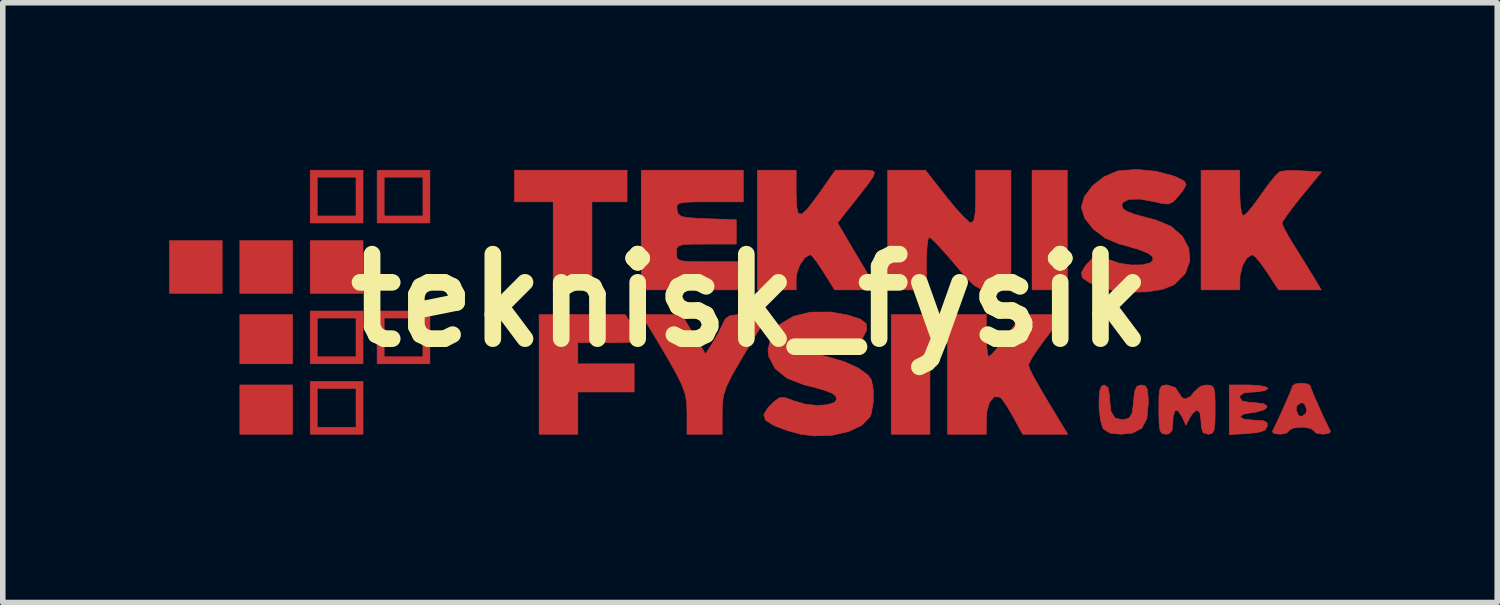
<source format=kicad_pcb>
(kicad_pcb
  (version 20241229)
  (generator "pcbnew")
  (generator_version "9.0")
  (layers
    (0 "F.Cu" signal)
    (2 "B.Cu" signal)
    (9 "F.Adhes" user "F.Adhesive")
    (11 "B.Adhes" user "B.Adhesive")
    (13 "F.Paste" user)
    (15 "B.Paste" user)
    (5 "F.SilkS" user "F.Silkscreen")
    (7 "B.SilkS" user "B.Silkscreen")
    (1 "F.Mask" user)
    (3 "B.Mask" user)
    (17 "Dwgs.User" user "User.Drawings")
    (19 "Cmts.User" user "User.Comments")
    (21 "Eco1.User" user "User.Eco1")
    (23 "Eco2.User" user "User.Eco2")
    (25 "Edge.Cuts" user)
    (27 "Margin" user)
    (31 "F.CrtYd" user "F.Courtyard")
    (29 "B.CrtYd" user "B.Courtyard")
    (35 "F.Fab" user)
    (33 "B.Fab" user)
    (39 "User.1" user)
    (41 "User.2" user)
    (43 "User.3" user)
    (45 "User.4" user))
  (footprint "teknisk_fysik"
    (layer "F.Cu")
    (at 10.482 2.368)
    (property "Reference" "teknisk_fysik" (at 0 0 0) (layer "F.SilkS") (effects (font (size 1.524 1.524) (thickness 0.3))))
    (attr through_hole)
    (fp_poly (pts (xy -9.525 -0.127) (xy -10.477 -0.127) (xy -10.477 -1.079) (xy -9.525 -1.079) (xy -9.525 -0.127)) (stroke (width 0.01) (type solid)) (fill yes) (layer "F.Cu"))
    (fp_poly (pts (xy -8.255 -0.127) (xy -9.207 -0.127) (xy -9.207 -1.079) (xy -8.255 -1.079) (xy -8.255 -0.127)) (stroke (width 0.01) (type solid)) (fill yes) (layer "F.Cu"))
    (fp_poly (pts (xy -8.255 1.143) (xy -9.207 1.143) (xy -9.207 0.254) (xy -8.255 0.254) (xy -8.255 1.143)) (stroke (width 0.01) (type solid)) (fill yes) (layer "F.Cu"))
    (fp_poly (pts (xy -8.255 2.413) (xy -9.207 2.413) (xy -9.207 1.524) (xy -8.255 1.524) (xy -8.255 2.413)) (stroke (width 0.01) (type solid)) (fill yes) (layer "F.Cu"))
    (fp_poly (pts (xy -6.985 -0.127) (xy -7.938 -0.127) (xy -7.938 -1.079) (xy -6.985 -1.079) (xy -6.985 -0.127)) (stroke (width 0.01) (type solid)) (fill yes) (layer "F.Cu"))
    (fp_poly (pts (xy 3.239 2.413) (xy 2.54 2.413) (xy 2.54 0.254) (xy 3.239 0.254) (xy 3.239 2.413)) (stroke (width 0.01) (type solid)) (fill yes) (layer "F.Cu"))
    (fp_poly (pts (xy 5.715 -0.191) (xy 5.08 -0.191) (xy 5.08 -2.349) (xy 5.715 -2.349) (xy 5.715 -0.191)) (stroke (width 0.01) (type solid)) (fill yes) (layer "F.Cu"))
    (fp_poly (pts (xy -2.223 -1.778) (xy -2.857 -1.778) (xy -2.857 -0.191) (xy -3.556 -0.191) (xy -3.556 -1.778) (xy -4.255 -1.778) (xy -4.255 -2.349) (xy -2.223 -2.349) (xy -2.223 -1.778)) (stroke (width 0.01) (type solid)) (fill yes) (layer "F.Cu"))
    (fp_poly (pts (xy -6.985 -1.397) (xy -7.938 -1.397) (xy -7.938 -2.223) (xy -7.811 -2.223) (xy -7.811 -1.524) (xy -7.112 -1.524) (xy -7.112 -2.223) (xy -7.811 -2.223) (xy -7.938 -2.223) (xy -7.938 -2.349) (xy -6.985 -2.349) (xy -6.985 -1.397)) (stroke (width 0.01) (type solid)) (fill yes) (layer "F.Cu"))
    (fp_poly (pts (xy -6.985 1.143) (xy -7.938 1.143) (xy -7.938 0.318) (xy -7.811 0.318) (xy -7.811 1.016) (xy -7.112 1.016) (xy -7.112 0.318) (xy -7.811 0.318) (xy -7.938 0.318) (xy -7.938 0.191) (xy -6.985 0.191) (xy -6.985 1.143)) (stroke (width 0.01) (type solid)) (fill yes) (layer "F.Cu"))
    (fp_poly (pts (xy -6.985 2.413) (xy -7.938 2.413) (xy -7.938 1.587) (xy -7.811 1.587) (xy -7.811 2.286) (xy -7.112 2.286) (xy -7.112 1.587) (xy -7.811 1.587) (xy -7.938 1.587) (xy -7.938 1.46) (xy -6.985 1.46) (xy -6.985 2.413)) (stroke (width 0.01) (type solid)) (fill yes) (layer "F.Cu"))
    (fp_poly (pts (xy -5.779 -1.397) (xy -6.731 -1.397) (xy -6.731 -2.223) (xy -6.604 -2.223) (xy -6.604 -1.524) (xy -5.905 -1.524) (xy -5.905 -2.223) (xy -6.604 -2.223) (xy -6.731 -2.223) (xy -6.731 -2.349) (xy -5.779 -2.349) (xy -5.779 -1.397)) (stroke (width 0.01) (type solid)) (fill yes) (layer "F.Cu"))
    (fp_poly (pts (xy -5.779 1.143) (xy -6.731 1.143) (xy -6.731 0.318) (xy -6.604 0.318) (xy -6.604 1.016) (xy -5.905 1.016) (xy -5.905 0.318) (xy -6.604 0.318) (xy -6.731 0.318) (xy -6.731 0.191) (xy -5.779 0.191) (xy -5.779 1.143)) (stroke (width 0.01) (type solid)) (fill yes) (layer "F.Cu"))
    (fp_poly (pts (xy -2.254 0.256) (xy -2.111 0.476) (xy -2.022 0.621) (xy -1.972 0.716) (xy -1.968 0.729) (xy -2.027 0.744) (xy -2.185 0.755) (xy -2.412 0.761) (xy -2.54 0.762) (xy -3.111 0.762) (xy -3.111 1.143) (xy -2.095 1.143) (xy -2.095 1.651) (xy -3.111 1.651) (xy -3.111 2.413) (xy -3.81 2.413) (xy -3.81 0.254) (xy -2.254 0.256)) (stroke (width 0.01) (type solid)) (fill yes) (layer "F.Cu"))
    (fp_poly (pts (xy 3.531 -1.873) (xy 3.7 -1.667) (xy 3.848 -1.506) (xy 3.952 -1.412) (xy 3.984 -1.397) (xy 4.029 -1.441) (xy 4.055 -1.581) (xy 4.064 -1.831) (xy 4.064 -1.873) (xy 4.064 -2.349) (xy 4.699 -2.349) (xy 4.699 -0.191) (xy 4.387 -0.191) (xy 4.242 -0.194) (xy 4.132 -0.216) (xy 4.033 -0.274) (xy 3.916 -0.386) (xy 3.755 -0.572) (xy 3.675 -0.667) (xy 3.499 -0.87) (xy 3.352 -1.029) (xy 3.253 -1.125) (xy 3.225 -1.143) (xy 3.201 -1.085) (xy 3.183 -0.93) (xy 3.175 -0.711) (xy 3.175 -0.667) (xy 3.175 -0.191) (xy 2.477 -0.191) (xy 2.477 -2.349) (xy 3.157 -2.349) (xy 3.531 -1.873)) (stroke (width 0.01) (type solid)) (fill yes) (layer "F.Cu"))
    (fp_poly (pts (xy 9.177 1.534) (xy 9.303 1.561) (xy 9.335 1.587) (xy 9.278 1.627) (xy 9.137 1.649) (xy 9.081 1.651) (xy 8.904 1.667) (xy 8.831 1.719) (xy 8.826 1.746) (xy 8.868 1.812) (xy 9.004 1.839) (xy 9.086 1.841) (xy 9.261 1.863) (xy 9.323 1.913) (xy 9.273 1.97) (xy 9.117 2.014) (xy 9.06 2.02) (xy 8.886 2.052) (xy 8.833 2.098) (xy 8.895 2.14) (xy 9.072 2.159) (xy 9.085 2.159) (xy 9.251 2.169) (xy 9.32 2.207) (xy 9.323 2.27) (xy 9.278 2.341) (xy 9.16 2.381) (xy 8.969 2.4) (xy 8.636 2.42) (xy 8.636 1.524) (xy 8.985 1.524) (xy 9.177 1.534)) (stroke (width 0.01) (type solid)) (fill yes) (layer "F.Cu"))
    (fp_poly (pts (xy -0.127 -1.778) (xy -0.735 -1.778) (xy -1.015 -1.777) (xy -1.192 -1.769) (xy -1.287 -1.75) (xy -1.323 -1.713) (xy -1.324 -1.653) (xy -1.322 -1.635) (xy -1.303 -1.565) (xy -1.252 -1.52) (xy -1.144 -1.495) (xy -0.951 -1.481) (xy -0.778 -1.474) (xy -0.254 -1.455) (xy -0.254 -1.016) (xy -0.794 -1.016) (xy -1.055 -1.015) (xy -1.215 -1.005) (xy -1.297 -0.981) (xy -1.329 -0.934) (xy -1.333 -0.857) (xy -1.329 -0.784) (xy -1.301 -0.737) (xy -1.224 -0.712) (xy -1.076 -0.701) (xy -0.832 -0.699) (xy -0.73 -0.699) (xy -0.127 -0.699) (xy -0.127 -0.191) (xy -1.968 -0.191) (xy -1.968 -2.349) (xy -0.127 -2.349) (xy -0.127 -1.778)) (stroke (width 0.01) (type solid)) (fill yes) (layer "F.Cu"))
    (fp_poly (pts (xy 7.124 1.541) (xy 7.162 1.611) (xy 7.175 1.764) (xy 7.176 1.863) (xy 7.149 2.135) (xy 7.059 2.306) (xy 6.89 2.393) (xy 6.681 2.413) (xy 6.484 2.393) (xy 6.375 2.325) (xy 6.352 2.29) (xy 6.314 2.156) (xy 6.29 1.954) (xy 6.287 1.846) (xy 6.296 1.645) (xy 6.331 1.546) (xy 6.382 1.524) (xy 6.45 1.569) (xy 6.477 1.717) (xy 6.478 1.762) (xy 6.501 1.995) (xy 6.575 2.12) (xy 6.708 2.152) (xy 6.738 2.149) (xy 6.832 2.119) (xy 6.882 2.041) (xy 6.905 1.88) (xy 6.909 1.826) (xy 6.93 1.639) (xy 6.971 1.549) (xy 7.046 1.524) (xy 7.052 1.524) (xy 7.124 1.541)) (stroke (width 0.01) (type solid)) (fill yes) (layer "F.Cu"))
    (fp_poly (pts (xy 4.255 0.635) (xy 4.262 0.836) (xy 4.28 0.973) (xy 4.302 1.014) (xy 4.36 0.965) (xy 4.468 0.839) (xy 4.606 0.66) (xy 4.625 0.633) (xy 4.9 0.254) (xy 5.655 0.254) (xy 5.336 0.671) (xy 5.188 0.872) (xy 5.077 1.04) (xy 5.02 1.147) (xy 5.017 1.163) (xy 5.036 1.23) (xy 5.099 1.359) (xy 5.212 1.56) (xy 5.381 1.847) (xy 5.599 2.207) (xy 5.725 2.413) (xy 4.91 2.413) (xy 4.738 2.097) (xy 4.633 1.917) (xy 4.543 1.786) (xy 4.503 1.743) (xy 4.4 1.737) (xy 4.315 1.833) (xy 4.263 2.008) (xy 4.255 2.135) (xy 4.255 2.413) (xy 3.556 2.413) (xy 3.556 0.254) (xy 4.255 0.254) (xy 4.255 0.635)) (stroke (width 0.01) (type solid)) (fill yes) (layer "F.Cu"))
    (fp_poly (pts (xy -1.611 0.256) (xy -1.238 0.258) (xy -1.024 0.611) (xy -0.81 0.964) (xy -0.692 0.784) (xy -0.583 0.598) (xy -0.502 0.429) (xy -0.451 0.331) (xy -0.379 0.279) (xy -0.25 0.258) (xy -0.048 0.254) (xy 0.332 0.254) (xy 0.231 0.408) (xy 0.155 0.529) (xy 0.035 0.727) (xy -0.109 0.968) (xy -0.189 1.102) (xy -0.339 1.364) (xy -0.433 1.556) (xy -0.484 1.716) (xy -0.505 1.88) (xy -0.508 2.028) (xy -0.508 2.413) (xy -1.143 2.413) (xy -1.143 2.031) (xy -1.149 1.842) (xy -1.177 1.681) (xy -1.238 1.514) (xy -1.346 1.303) (xy -1.463 1.095) (xy -1.611 0.842) (xy -1.745 0.617) (xy -1.847 0.452) (xy -1.884 0.397) (xy -1.984 0.254) (xy -1.611 0.256)) (stroke (width 0.01) (type solid)) (fill yes) (layer "F.Cu"))
    (fp_poly (pts (xy 2.199 -2.342) (xy 2.24 -2.306) (xy 2.212 -2.227) (xy 2.114 -2.087) (xy 1.944 -1.869) (xy 1.85 -1.751) (xy 1.573 -1.398) (xy 1.845 -0.937) (xy 1.983 -0.704) (xy 2.107 -0.498) (xy 2.195 -0.355) (xy 2.209 -0.333) (xy 2.254 -0.255) (xy 2.247 -0.212) (xy 2.164 -0.194) (xy 1.984 -0.191) (xy 1.91 -0.191) (xy 1.519 -0.191) (xy 1.321 -0.508) (xy 1.209 -0.678) (xy 1.119 -0.793) (xy 1.08 -0.826) (xy 0.981 -0.77) (xy 0.89 -0.636) (xy 0.833 -0.467) (xy 0.826 -0.392) (xy 0.826 -0.191) (xy 0.127 -0.191) (xy 0.127 -2.349) (xy 0.826 -2.349) (xy 0.826 -1.931) (xy 0.833 -1.7) (xy 0.862 -1.574) (xy 0.923 -1.556) (xy 1.025 -1.645) (xy 1.177 -1.843) (xy 1.259 -1.957) (xy 1.533 -2.349) (xy 1.917 -2.35) (xy 2.09 -2.35) (xy 2.199 -2.342)) (stroke (width 0.01) (type solid)) (fill yes) (layer "F.Cu"))
    (fp_poly (pts (xy 8.826 -1.937) (xy 8.835 -1.727) (xy 8.858 -1.578) (xy 8.888 -1.524) (xy 8.951 -1.573) (xy 9.06 -1.702) (xy 9.194 -1.885) (xy 9.21 -1.909) (xy 9.349 -2.102) (xy 9.47 -2.25) (xy 9.549 -2.323) (xy 9.553 -2.325) (xy 9.661 -2.34) (xy 9.844 -2.342) (xy 9.968 -2.337) (xy 10.301 -2.318) (xy 9.945 -1.884) (xy 9.785 -1.684) (xy 9.663 -1.518) (xy 9.596 -1.413) (xy 9.588 -1.393) (xy 9.62 -1.313) (xy 9.702 -1.162) (xy 9.799 -1.001) (xy 9.942 -0.773) (xy 10.081 -0.547) (xy 10.154 -0.429) (xy 10.297 -0.191) (xy 9.526 -0.191) (xy 9.319 -0.507) (xy 9.2 -0.676) (xy 9.102 -0.791) (xy 9.056 -0.824) (xy 8.958 -0.77) (xy 8.876 -0.63) (xy 8.831 -0.447) (xy 8.829 -0.397) (xy 8.826 -0.191) (xy 8.128 -0.191) (xy 8.128 -2.349) (xy 8.826 -2.349) (xy 8.826 -1.937)) (stroke (width 0.01) (type solid)) (fill yes) (layer "F.Cu"))
    (fp_poly (pts (xy 10.057 1.508) (xy 10.097 1.538) (xy 10.121 1.61) (xy 10.184 1.762) (xy 10.271 1.957) (xy 10.364 2.16) (xy 10.449 2.336) (xy 10.464 2.365) (xy 10.429 2.4) (xy 10.324 2.413) (xy 10.202 2.392) (xy 10.16 2.349) (xy 10.104 2.308) (xy 9.967 2.287) (xy 9.938 2.286) (xy 9.791 2.302) (xy 9.717 2.341) (xy 9.716 2.349) (xy 9.661 2.397) (xy 9.551 2.413) (xy 9.439 2.398) (xy 9.412 2.365) (xy 9.493 2.199) (xy 9.586 1.999) (xy 9.599 1.968) (xy 9.842 1.968) (xy 9.882 2.072) (xy 9.938 2.095) (xy 10.015 2.043) (xy 10.033 1.968) (xy 9.993 1.865) (xy 9.938 1.841) (xy 9.86 1.894) (xy 9.842 1.968) (xy 9.599 1.968) (xy 9.675 1.799) (xy 9.744 1.636) (xy 9.778 1.545) (xy 9.779 1.538) (xy 9.833 1.504) (xy 9.938 1.492) (xy 10.057 1.508)) (stroke (width 0.01) (type solid)) (fill yes) (layer "F.Cu"))
    (fp_poly (pts (xy 8.307 1.531) (xy 8.354 1.57) (xy 8.376 1.668) (xy 8.382 1.854) (xy 8.382 1.968) (xy 8.379 2.202) (xy 8.363 2.336) (xy 8.328 2.397) (xy 8.265 2.413) (xy 8.255 2.413) (xy 8.167 2.388) (xy 8.132 2.291) (xy 8.128 2.191) (xy 8.107 2.024) (xy 8.05 1.975) (xy 7.968 2.047) (xy 7.93 2.11) (xy 7.854 2.252) (xy 7.791 2.11) (xy 7.714 1.989) (xy 7.655 1.99) (xy 7.623 2.109) (xy 7.62 2.191) (xy 7.606 2.344) (xy 7.55 2.406) (xy 7.493 2.413) (xy 7.426 2.401) (xy 7.388 2.347) (xy 7.371 2.224) (xy 7.366 2.004) (xy 7.366 1.968) (xy 7.368 1.736) (xy 7.382 1.603) (xy 7.417 1.542) (xy 7.482 1.525) (xy 7.52 1.524) (xy 7.666 1.573) (xy 7.715 1.651) (xy 7.785 1.754) (xy 7.844 1.778) (xy 7.942 1.728) (xy 8.001 1.651) (xy 8.12 1.547) (xy 8.225 1.524) (xy 8.307 1.531)) (stroke (width 0.01) (type solid)) (fill yes) (layer "F.Cu"))
    (fp_poly (pts (xy 1.748 0.261) (xy 1.976 0.333) (xy 2.089 0.417) (xy 2.099 0.53) (xy 2.023 0.683) (xy 1.933 0.813) (xy 1.859 0.85) (xy 1.753 0.813) (xy 1.712 0.793) (xy 1.525 0.73) (xy 1.304 0.699) (xy 1.273 0.699) (xy 1.104 0.71) (xy 1.029 0.754) (xy 1.016 0.815) (xy 1.046 0.891) (xy 1.151 0.951) (xy 1.357 1.007) (xy 1.381 1.013) (xy 1.691 1.103) (xy 1.949 1.22) (xy 2.125 1.349) (xy 2.184 1.435) (xy 2.218 1.617) (xy 2.216 1.842) (xy 2.18 2.041) (xy 2.157 2.099) (xy 2.01 2.252) (xy 1.771 2.365) (xy 1.471 2.432) (xy 1.143 2.443) (xy 0.906 2.412) (xy 0.672 2.349) (xy 0.446 2.265) (xy 0.415 2.251) (xy 0.273 2.161) (xy 0.241 2.062) (xy 0.317 1.934) (xy 0.429 1.824) (xy 0.519 1.757) (xy 0.61 1.748) (xy 0.753 1.797) (xy 0.79 1.812) (xy 0.991 1.871) (xy 1.203 1.893) (xy 1.392 1.881) (xy 1.52 1.837) (xy 1.556 1.78) (xy 1.536 1.72) (xy 1.463 1.668) (xy 1.315 1.614) (xy 1.071 1.547) (xy 0.971 1.523) (xy 0.662 1.404) (xy 0.444 1.228) (xy 0.331 1.009) (xy 0.318 0.895) (xy 0.374 0.636) (xy 0.532 0.431) (xy 0.776 0.286) (xy 1.088 0.21) (xy 1.453 0.209) (xy 1.748 0.261)) (stroke (width 0.01) (type solid)) (fill yes) (layer "F.Cu"))
    (fp_poly (pts (xy 7.315 -2.33) (xy 7.64 -2.243) (xy 7.699 -2.218) (xy 7.824 -2.153) (xy 7.859 -2.09) (xy 7.807 -1.991) (xy 7.724 -1.886) (xy 7.627 -1.779) (xy 7.538 -1.738) (xy 7.407 -1.752) (xy 7.29 -1.78) (xy 7.02 -1.828) (xy 6.822 -1.822) (xy 6.714 -1.764) (xy 6.699 -1.716) (xy 6.718 -1.658) (xy 6.788 -1.607) (xy 6.93 -1.553) (xy 7.167 -1.488) (xy 7.297 -1.456) (xy 7.585 -1.337) (xy 7.79 -1.159) (xy 7.906 -0.944) (xy 7.926 -0.713) (xy 7.844 -0.488) (xy 7.653 -0.293) (xy 7.63 -0.277) (xy 7.431 -0.199) (xy 7.154 -0.155) (xy 6.843 -0.148) (xy 6.543 -0.178) (xy 6.35 -0.227) (xy 6.114 -0.321) (xy 5.991 -0.405) (xy 5.968 -0.496) (xy 6.034 -0.613) (xy 6.073 -0.66) (xy 6.183 -0.777) (xy 6.269 -0.809) (xy 6.388 -0.77) (xy 6.452 -0.74) (xy 6.652 -0.672) (xy 6.872 -0.639) (xy 7.073 -0.642) (xy 7.216 -0.68) (xy 7.26 -0.724) (xy 7.254 -0.789) (xy 7.173 -0.851) (xy 7.003 -0.919) (xy 6.726 -0.999) (xy 6.651 -1.018) (xy 6.4 -1.124) (xy 6.183 -1.288) (xy 6.03 -1.482) (xy 5.969 -1.676) (xy 5.969 -1.683) (xy 6.025 -1.875) (xy 6.172 -2.069) (xy 6.379 -2.231) (xy 6.612 -2.331) (xy 6.633 -2.336) (xy 6.956 -2.363) (xy 7.315 -2.33)) (stroke (width 0.01) (type solid)) (fill yes) (layer "F.Cu")))
  (gr_rect
    (start -3 -3)
    (end 23.951 7.816)
    (stroke (width 0.1) (type default))
    (fill no)
    (layer "Edge.Cuts")))
</source>
